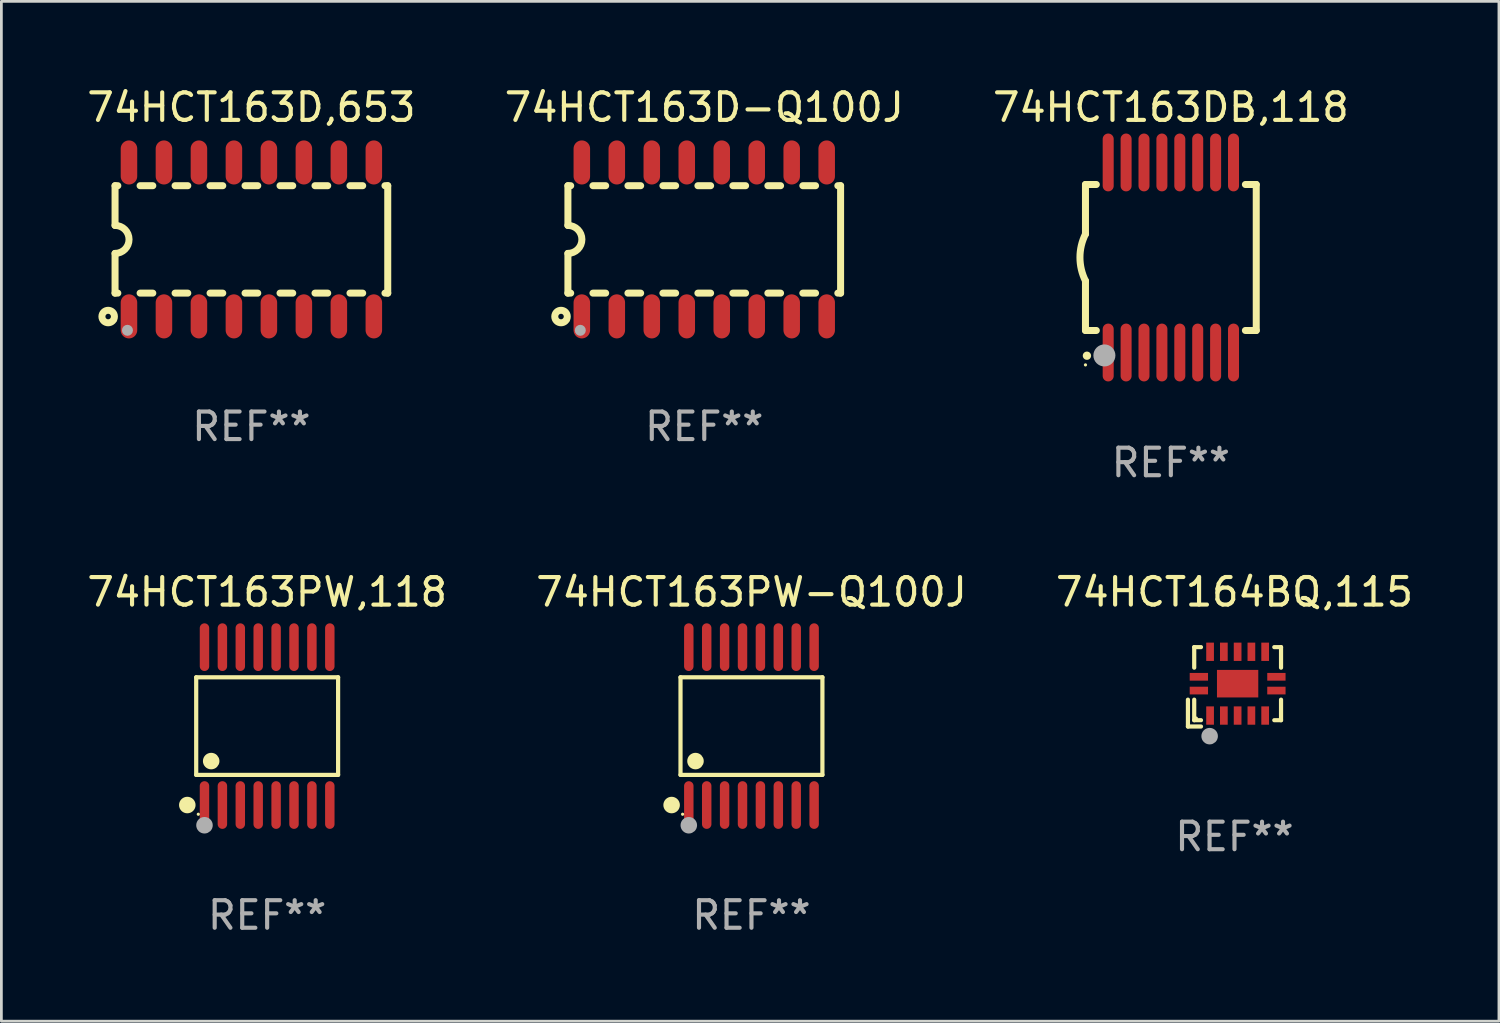
<source format=kicad_pcb>
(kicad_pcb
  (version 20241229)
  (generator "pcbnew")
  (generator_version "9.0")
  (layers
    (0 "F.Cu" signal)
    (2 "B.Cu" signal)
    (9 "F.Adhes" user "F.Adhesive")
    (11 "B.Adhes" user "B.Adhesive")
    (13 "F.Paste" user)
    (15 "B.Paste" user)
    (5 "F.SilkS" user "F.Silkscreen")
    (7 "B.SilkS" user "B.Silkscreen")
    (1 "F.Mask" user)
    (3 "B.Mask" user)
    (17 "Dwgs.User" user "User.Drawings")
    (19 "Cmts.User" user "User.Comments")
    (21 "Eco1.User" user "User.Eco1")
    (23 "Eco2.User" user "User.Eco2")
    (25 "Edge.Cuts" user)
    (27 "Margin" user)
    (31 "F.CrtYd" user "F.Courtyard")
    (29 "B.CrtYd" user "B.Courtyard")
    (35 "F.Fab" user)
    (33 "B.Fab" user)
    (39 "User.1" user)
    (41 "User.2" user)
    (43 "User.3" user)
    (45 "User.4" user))
  (footprint "74HCT163D-Q100J"
    (layer "F.Cu")
    (at 22.518 5.642)
    (property "Reference" "74HCT163D-Q100J" (at 0 -4.794 0) (layer "F.SilkS") (effects (font (size 1 1) (thickness 0.15))))
    (attr through_hole)
    (fp_line (start -4.95 -1.95) (end -4.95 -0.508) (stroke (width 0.254) (type solid)) (layer "F.SilkS"))
    (fp_line (start -4.95 -1.95) (end -4.849 -1.95) (stroke (width 0.254) (type solid)) (layer "F.SilkS"))
    (fp_line (start -4.95 1.95) (end -4.95 0.508) (stroke (width 0.254) (type solid)) (layer "F.SilkS"))
    (fp_line (start -4.95 1.95) (end -4.849 1.95) (stroke (width 0.254) (type solid)) (layer "F.SilkS"))
    (fp_line (start -4.041 -1.95) (end -3.579 -1.95) (stroke (width 0.254) (type solid)) (layer "F.SilkS"))
    (fp_line (start -4.041 1.95) (end -3.579 1.95) (stroke (width 0.254) (type solid)) (layer "F.SilkS"))
    (fp_line (start -2.771 -1.95) (end -2.309 -1.95) (stroke (width 0.254) (type solid)) (layer "F.SilkS"))
    (fp_line (start -2.771 1.95) (end -2.309 1.95) (stroke (width 0.254) (type solid)) (layer "F.SilkS"))
    (fp_line (start -1.501 -1.95) (end -1.039 -1.95) (stroke (width 0.254) (type solid)) (layer "F.SilkS"))
    (fp_line (start -1.501 1.95) (end -1.039 1.95) (stroke (width 0.254) (type solid)) (layer "F.SilkS"))
    (fp_line (start -0.231 -1.95) (end 0.231 -1.95) (stroke (width 0.254) (type solid)) (layer "F.SilkS"))
    (fp_line (start -0.231 1.95) (end 0.231 1.95) (stroke (width 0.254) (type solid)) (layer "F.SilkS"))
    (fp_line (start 1.039 -1.95) (end 1.501 -1.95) (stroke (width 0.254) (type solid)) (layer "F.SilkS"))
    (fp_line (start 1.039 1.95) (end 1.501 1.95) (stroke (width 0.254) (type solid)) (layer "F.SilkS"))
    (fp_line (start 2.309 -1.95) (end 2.771 -1.95) (stroke (width 0.254) (type solid)) (layer "F.SilkS"))
    (fp_line (start 2.309 1.95) (end 2.771 1.95) (stroke (width 0.254) (type solid)) (layer "F.SilkS"))
    (fp_line (start 3.579 -1.95) (end 4.041 -1.95) (stroke (width 0.254) (type solid)) (layer "F.SilkS"))
    (fp_line (start 3.579 1.95) (end 4.041 1.95) (stroke (width 0.254) (type solid)) (layer "F.SilkS"))
    (fp_line (start 4.849 -1.95) (end 4.95 -1.95) (stroke (width 0.254) (type solid)) (layer "F.SilkS"))
    (fp_line (start 4.849 1.95) (end 4.95 1.95) (stroke (width 0.254) (type solid)) (layer "F.SilkS"))
    (fp_line (start 4.95 -1.95) (end 4.95 1.95) (stroke (width 0.254) (type solid)) (layer "F.SilkS"))
    (fp_arc (start -4.95047 -0.508001) (mid -4.442469 -0.000228) (end -4.950013 0.508001) (stroke (width 0.254001) (type solid)) (layer "F.SilkS"))
    (fp_circle (center -5.2 2.8) (end -5.1 2.8) (stroke (width 0.254) (type solid)) (fill no) (layer "F.SilkS"))
    (fp_circle (center -4.95 2.947) (end -4.92 2.947) (stroke (width 0.06) (type solid)) (fill no) (layer "F.SilkS"))
    (fp_circle (center -4.5 3.3) (end -4.4 3.3) (stroke (width 0.2) (type solid)) (fill no) (layer "F.Fab"))
    (fp_text user "REF**" (at 0 6.794 0) (layer "F.Fab") (effects (font (size 1 1) (thickness 0.15))))
    (pad "1" smd oval (at -4.445 2.794) (size 0.6 1.6) (layers "F.Cu" "F.Mask" "F.Paste"))
    (pad "2" smd oval (at -3.175 2.794) (size 0.6 1.6) (layers "F.Cu" "F.Mask" "F.Paste"))
    (pad "3" smd oval (at -1.905 2.794) (size 0.6 1.6) (layers "F.Cu" "F.Mask" "F.Paste"))
    (pad "4" smd oval (at -0.635 2.794) (size 0.6 1.6) (layers "F.Cu" "F.Mask" "F.Paste"))
    (pad "5" smd oval (at 0.635 2.794) (size 0.6 1.6) (layers "F.Cu" "F.Mask" "F.Paste"))
    (pad "6" smd oval (at 1.905 2.794) (size 0.6 1.6) (layers "F.Cu" "F.Mask" "F.Paste"))
    (pad "7" smd oval (at 3.175 2.794) (size 0.6 1.6) (layers "F.Cu" "F.Mask" "F.Paste"))
    (pad "8" smd oval (at 4.445 2.794) (size 0.6 1.6) (layers "F.Cu" "F.Mask" "F.Paste"))
    (pad "9" smd oval (at 4.445 -2.794) (size 0.6 1.6) (layers "F.Cu" "F.Mask" "F.Paste"))
    (pad "10" smd oval (at 3.175 -2.794) (size 0.6 1.6) (layers "F.Cu" "F.Mask" "F.Paste"))
    (pad "11" smd oval (at 1.905 -2.794) (size 0.6 1.6) (layers "F.Cu" "F.Mask" "F.Paste"))
    (pad "12" smd oval (at 0.635 -2.794) (size 0.6 1.6) (layers "F.Cu" "F.Mask" "F.Paste"))
    (pad "13" smd oval (at -0.635 -2.794) (size 0.6 1.6) (layers "F.Cu" "F.Mask" "F.Paste"))
    (pad "14" smd oval (at -1.905 -2.794) (size 0.6 1.6) (layers "F.Cu" "F.Mask" "F.Paste"))
    (pad "15" smd oval (at -3.175 -2.794) (size 0.6 1.6) (layers "F.Cu" "F.Mask" "F.Paste"))
    (pad "16" smd oval (at -4.445 -2.794) (size 0.6 1.6) (layers "F.Cu" "F.Mask" "F.Paste")))
  (footprint "74HCT163D,653"
    (layer "F.Cu")
    (at 6.077 5.642)
    (property "Reference" "74HCT163D,653" (at 0 -4.794 0) (layer "F.SilkS") (effects (font (size 1 1) (thickness 0.15))))
    (attr through_hole)
    (fp_line (start -4.95 -1.95) (end -4.95 -0.508) (stroke (width 0.254) (type solid)) (layer "F.SilkS"))
    (fp_line (start -4.95 -1.95) (end -4.849 -1.95) (stroke (width 0.254) (type solid)) (layer "F.SilkS"))
    (fp_line (start -4.95 1.95) (end -4.95 0.508) (stroke (width 0.254) (type solid)) (layer "F.SilkS"))
    (fp_line (start -4.95 1.95) (end -4.849 1.95) (stroke (width 0.254) (type solid)) (layer "F.SilkS"))
    (fp_line (start -4.041 -1.95) (end -3.579 -1.95) (stroke (width 0.254) (type solid)) (layer "F.SilkS"))
    (fp_line (start -4.041 1.95) (end -3.579 1.95) (stroke (width 0.254) (type solid)) (layer "F.SilkS"))
    (fp_line (start -2.771 -1.95) (end -2.309 -1.95) (stroke (width 0.254) (type solid)) (layer "F.SilkS"))
    (fp_line (start -2.771 1.95) (end -2.309 1.95) (stroke (width 0.254) (type solid)) (layer "F.SilkS"))
    (fp_line (start -1.501 -1.95) (end -1.039 -1.95) (stroke (width 0.254) (type solid)) (layer "F.SilkS"))
    (fp_line (start -1.501 1.95) (end -1.039 1.95) (stroke (width 0.254) (type solid)) (layer "F.SilkS"))
    (fp_line (start -0.231 -1.95) (end 0.231 -1.95) (stroke (width 0.254) (type solid)) (layer "F.SilkS"))
    (fp_line (start -0.231 1.95) (end 0.231 1.95) (stroke (width 0.254) (type solid)) (layer "F.SilkS"))
    (fp_line (start 1.039 -1.95) (end 1.501 -1.95) (stroke (width 0.254) (type solid)) (layer "F.SilkS"))
    (fp_line (start 1.039 1.95) (end 1.501 1.95) (stroke (width 0.254) (type solid)) (layer "F.SilkS"))
    (fp_line (start 2.309 -1.95) (end 2.771 -1.95) (stroke (width 0.254) (type solid)) (layer "F.SilkS"))
    (fp_line (start 2.309 1.95) (end 2.771 1.95) (stroke (width 0.254) (type solid)) (layer "F.SilkS"))
    (fp_line (start 3.579 -1.95) (end 4.041 -1.95) (stroke (width 0.254) (type solid)) (layer "F.SilkS"))
    (fp_line (start 3.579 1.95) (end 4.041 1.95) (stroke (width 0.254) (type solid)) (layer "F.SilkS"))
    (fp_line (start 4.849 -1.95) (end 4.95 -1.95) (stroke (width 0.254) (type solid)) (layer "F.SilkS"))
    (fp_line (start 4.849 1.95) (end 4.95 1.95) (stroke (width 0.254) (type solid)) (layer "F.SilkS"))
    (fp_line (start 4.95 -1.95) (end 4.95 1.95) (stroke (width 0.254) (type solid)) (layer "F.SilkS"))
    (fp_arc (start -4.95047 -0.508001) (mid -4.442469 -0.000228) (end -4.950013 0.508001) (stroke (width 0.254001) (type solid)) (layer "F.SilkS"))
    (fp_circle (center -5.2 2.8) (end -5.1 2.8) (stroke (width 0.254) (type solid)) (fill no) (layer "F.SilkS"))
    (fp_circle (center -4.95 2.947) (end -4.92 2.947) (stroke (width 0.06) (type solid)) (fill no) (layer "F.SilkS"))
    (fp_circle (center -4.5 3.3) (end -4.4 3.3) (stroke (width 0.2) (type solid)) (fill no) (layer "F.Fab"))
    (fp_text user "REF**" (at 0 6.794 0) (layer "F.Fab") (effects (font (size 1 1) (thickness 0.15))))
    (pad "1" smd oval (at -4.445 2.794) (size 0.6 1.6) (layers "F.Cu" "F.Mask" "F.Paste"))
    (pad "2" smd oval (at -3.175 2.794) (size 0.6 1.6) (layers "F.Cu" "F.Mask" "F.Paste"))
    (pad "3" smd oval (at -1.905 2.794) (size 0.6 1.6) (layers "F.Cu" "F.Mask" "F.Paste"))
    (pad "4" smd oval (at -0.635 2.794) (size 0.6 1.6) (layers "F.Cu" "F.Mask" "F.Paste"))
    (pad "5" smd oval (at 0.635 2.794) (size 0.6 1.6) (layers "F.Cu" "F.Mask" "F.Paste"))
    (pad "6" smd oval (at 1.905 2.794) (size 0.6 1.6) (layers "F.Cu" "F.Mask" "F.Paste"))
    (pad "7" smd oval (at 3.175 2.794) (size 0.6 1.6) (layers "F.Cu" "F.Mask" "F.Paste"))
    (pad "8" smd oval (at 4.445 2.794) (size 0.6 1.6) (layers "F.Cu" "F.Mask" "F.Paste"))
    (pad "9" smd oval (at 4.445 -2.794) (size 0.6 1.6) (layers "F.Cu" "F.Mask" "F.Paste"))
    (pad "10" smd oval (at 3.175 -2.794) (size 0.6 1.6) (layers "F.Cu" "F.Mask" "F.Paste"))
    (pad "11" smd oval (at 1.905 -2.794) (size 0.6 1.6) (layers "F.Cu" "F.Mask" "F.Paste"))
    (pad "12" smd oval (at 0.635 -2.794) (size 0.6 1.6) (layers "F.Cu" "F.Mask" "F.Paste"))
    (pad "13" smd oval (at -0.635 -2.794) (size 0.6 1.6) (layers "F.Cu" "F.Mask" "F.Paste"))
    (pad "14" smd oval (at -1.905 -2.794) (size 0.6 1.6) (layers "F.Cu" "F.Mask" "F.Paste"))
    (pad "15" smd oval (at -3.175 -2.794) (size 0.6 1.6) (layers "F.Cu" "F.Mask" "F.Paste"))
    (pad "16" smd oval (at -4.445 -2.794) (size 0.6 1.6) (layers "F.Cu" "F.Mask" "F.Paste")))
  (footprint "74HCT163DB,118"
    (layer "F.Cu")
    (at 39.458 6.298)
    (property "Reference" "74HCT163DB,118" (at 0 -5.45 0) (layer "F.SilkS") (effects (font (size 1 1) (thickness 0.15))))
    (attr through_hole)
    (fp_line (start -3.1 -2.65) (end -3.1 -0.85) (stroke (width 0.254) (type solid)) (layer "F.SilkS"))
    (fp_line (start -3.1 -2.65) (end -2.706 -2.65) (stroke (width 0.254) (type solid)) (layer "F.SilkS"))
    (fp_line (start -3.1 2.65) (end -3.1 0.85) (stroke (width 0.254) (type solid)) (layer "F.SilkS"))
    (fp_line (start -3.1 2.65) (end -2.706 2.65) (stroke (width 0.254) (type solid)) (layer "F.SilkS"))
    (fp_line (start 2.706 -2.65) (end 3.1 -2.65) (stroke (width 0.254) (type solid)) (layer "F.SilkS"))
    (fp_line (start 2.706 2.65) (end 3.1 2.65) (stroke (width 0.254) (type solid)) (layer "F.SilkS"))
    (fp_line (start 3.1 -2.65) (end 3.1 2.65) (stroke (width 0.254) (type solid)) (layer "F.SilkS"))
    (fp_arc (start -3.098907 0.850902) (mid -3.300057 0.000523) (end -3.1 -0.850114) (stroke (width 0.254001) (type solid)) (layer "F.SilkS"))
    (fp_arc (start -3.048006 3.566066) (mid -3.046736 3.566061) (end -3.045466 3.566066) (stroke (width 0.3) (type solid)) (layer "F.SilkS"))
    (fp_circle (center -3.1 3.9) (end -3.07 3.9) (stroke (width 0.06) (type solid)) (fill no) (layer "F.SilkS"))
    (fp_circle (center -2.413 3.556) (end -2.213 3.556) (stroke (width 0.4) (type solid)) (fill no) (layer "F.Fab"))
    (fp_text user "REF**" (at 0 7.45 0) (layer "F.Fab") (effects (font (size 1 1) (thickness 0.15))))
    (pad "1" smd oval (at -2.275 3.45 180) (size 0.4 2.1) (layers "F.Cu" "F.Mask" "F.Paste"))
    (pad "2" smd oval (at -1.625 3.45 180) (size 0.4 2.1) (layers "F.Cu" "F.Mask" "F.Paste"))
    (pad "3" smd oval (at -0.975 3.45 180) (size 0.4 2.1) (layers "F.Cu" "F.Mask" "F.Paste"))
    (pad "4" smd oval (at -0.325 3.45 180) (size 0.4 2.1) (layers "F.Cu" "F.Mask" "F.Paste"))
    (pad "5" smd oval (at 0.325 3.45 180) (size 0.4 2.1) (layers "F.Cu" "F.Mask" "F.Paste"))
    (pad "6" smd oval (at 0.975 3.45 180) (size 0.4 2.1) (layers "F.Cu" "F.Mask" "F.Paste"))
    (pad "7" smd oval (at 1.625 3.45 180) (size 0.4 2.1) (layers "F.Cu" "F.Mask" "F.Paste"))
    (pad "8" smd oval (at 2.275 3.45 180) (size 0.4 2.1) (layers "F.Cu" "F.Mask" "F.Paste"))
    (pad "9" smd oval (at 2.275 -3.45 180) (size 0.4 2.1) (layers "F.Cu" "F.Mask" "F.Paste"))
    (pad "10" smd oval (at 1.625 -3.45 180) (size 0.4 2.1) (layers "F.Cu" "F.Mask" "F.Paste"))
    (pad "11" smd oval (at 0.975 -3.45 180) (size 0.4 2.1) (layers "F.Cu" "F.Mask" "F.Paste"))
    (pad "12" smd oval (at 0.325 -3.45 180) (size 0.4 2.1) (layers "F.Cu" "F.Mask" "F.Paste"))
    (pad "13" smd oval (at -0.325 -3.45 180) (size 0.4 2.1) (layers "F.Cu" "F.Mask" "F.Paste"))
    (pad "14" smd oval (at -0.975 -3.45 180) (size 0.4 2.1) (layers "F.Cu" "F.Mask" "F.Paste"))
    (pad "15" smd oval (at -1.625 -3.45 180) (size 0.4 2.1) (layers "F.Cu" "F.Mask" "F.Paste"))
    (pad "16" smd oval (at -2.275 -3.45 180) (size 0.4 2.1) (layers "F.Cu" "F.Mask" "F.Paste")))
  (footprint "74HCT163PW,118"
    (layer "F.Cu")
    (at 6.649 23.311)
    (property "Reference" "74HCT163PW,118" (at 0 -4.866 0) (layer "F.SilkS") (effects (font (size 1 1) (thickness 0.15))))
    (attr through_hole)
    (fp_line (start -2.576 -1.772) (end 2.576 -1.772) (stroke (width 0.152) (type solid)) (layer "F.SilkS"))
    (fp_line (start -2.576 1.771) (end -2.576 -1.772) (stroke (width 0.152) (type solid)) (layer "F.SilkS"))
    (fp_line (start 2.576 -1.772) (end 2.576 1.771) (stroke (width 0.152) (type solid)) (layer "F.SilkS"))
    (fp_line (start 2.576 1.771) (end -2.576 1.771) (stroke (width 0.152) (type solid)) (layer "F.SilkS"))
    (fp_circle (center -2.899 2.866) (end -2.749 2.866) (stroke (width 0.3) (type solid)) (fill no) (layer "F.SilkS"))
    (fp_circle (center -2.5 3.2) (end -2.47 3.2) (stroke (width 0.06) (type solid)) (fill no) (layer "F.SilkS"))
    (fp_circle (center -2.032 1.27) (end -1.882 1.27) (stroke (width 0.3) (type solid)) (fill no) (layer "F.SilkS"))
    (fp_circle (center -2.275 3.6) (end -2.125 3.6) (stroke (width 0.3) (type solid)) (fill no) (layer "F.Fab"))
    (fp_text user "REF**" (at 0 6.866 0) (layer "F.Fab") (effects (font (size 1 1) (thickness 0.15))))
    (pad "1" smd oval (at -2.275 2.866) (size 0.343 1.731) (layers "F.Cu" "F.Mask" "F.Paste"))
    (pad "2" smd oval (at -1.625 2.866) (size 0.343 1.731) (layers "F.Cu" "F.Mask" "F.Paste"))
    (pad "3" smd oval (at -0.975 2.866) (size 0.343 1.731) (layers "F.Cu" "F.Mask" "F.Paste"))
    (pad "4" smd oval (at -0.325 2.866) (size 0.343 1.731) (layers "F.Cu" "F.Mask" "F.Paste"))
    (pad "5" smd oval (at 0.325 2.866) (size 0.343 1.731) (layers "F.Cu" "F.Mask" "F.Paste"))
    (pad "6" smd oval (at 0.975 2.866) (size 0.343 1.731) (layers "F.Cu" "F.Mask" "F.Paste"))
    (pad "7" smd oval (at 1.625 2.866) (size 0.343 1.731) (layers "F.Cu" "F.Mask" "F.Paste"))
    (pad "8" smd oval (at 2.275 2.866) (size 0.343 1.731) (layers "F.Cu" "F.Mask" "F.Paste"))
    (pad "9" smd oval (at 2.275 -2.866) (size 0.343 1.731) (layers "F.Cu" "F.Mask" "F.Paste"))
    (pad "10" smd oval (at 1.625 -2.866) (size 0.343 1.731) (layers "F.Cu" "F.Mask" "F.Paste"))
    (pad "11" smd oval (at 0.975 -2.866) (size 0.343 1.731) (layers "F.Cu" "F.Mask" "F.Paste"))
    (pad "12" smd oval (at 0.325 -2.866) (size 0.343 1.731) (layers "F.Cu" "F.Mask" "F.Paste"))
    (pad "13" smd oval (at -0.325 -2.866) (size 0.343 1.731) (layers "F.Cu" "F.Mask" "F.Paste"))
    (pad "14" smd oval (at -0.975 -2.866) (size 0.343 1.731) (layers "F.Cu" "F.Mask" "F.Paste"))
    (pad "15" smd oval (at -1.625 -2.866) (size 0.343 1.731) (layers "F.Cu" "F.Mask" "F.Paste"))
    (pad "16" smd oval (at -2.275 -2.866) (size 0.343 1.731) (layers "F.Cu" "F.Mask" "F.Paste")))
  (footprint "74HCT163PW-Q100J"
    (layer "F.Cu")
    (at 24.232 23.311)
    (property "Reference" "74HCT163PW-Q100J" (at 0 -4.866 0) (layer "F.SilkS") (effects (font (size 1 1) (thickness 0.15))))
    (attr through_hole)
    (fp_line (start -2.576 -1.772) (end 2.576 -1.772) (stroke (width 0.152) (type solid)) (layer "F.SilkS"))
    (fp_line (start -2.576 1.771) (end -2.576 -1.772) (stroke (width 0.152) (type solid)) (layer "F.SilkS"))
    (fp_line (start 2.576 -1.772) (end 2.576 1.771) (stroke (width 0.152) (type solid)) (layer "F.SilkS"))
    (fp_line (start 2.576 1.771) (end -2.576 1.771) (stroke (width 0.152) (type solid)) (layer "F.SilkS"))
    (fp_circle (center -2.899 2.866) (end -2.749 2.866) (stroke (width 0.3) (type solid)) (fill no) (layer "F.SilkS"))
    (fp_circle (center -2.5 3.2) (end -2.47 3.2) (stroke (width 0.06) (type solid)) (fill no) (layer "F.SilkS"))
    (fp_circle (center -2.032 1.27) (end -1.882 1.27) (stroke (width 0.3) (type solid)) (fill no) (layer "F.SilkS"))
    (fp_circle (center -2.275 3.6) (end -2.125 3.6) (stroke (width 0.3) (type solid)) (fill no) (layer "F.Fab"))
    (fp_text user "REF**" (at 0 6.866 0) (layer "F.Fab") (effects (font (size 1 1) (thickness 0.15))))
    (pad "1" smd oval (at -2.275 2.866) (size 0.343 1.731) (layers "F.Cu" "F.Mask" "F.Paste"))
    (pad "2" smd oval (at -1.625 2.866) (size 0.343 1.731) (layers "F.Cu" "F.Mask" "F.Paste"))
    (pad "3" smd oval (at -0.975 2.866) (size 0.343 1.731) (layers "F.Cu" "F.Mask" "F.Paste"))
    (pad "4" smd oval (at -0.325 2.866) (size 0.343 1.731) (layers "F.Cu" "F.Mask" "F.Paste"))
    (pad "5" smd oval (at 0.325 2.866) (size 0.343 1.731) (layers "F.Cu" "F.Mask" "F.Paste"))
    (pad "6" smd oval (at 0.975 2.866) (size 0.343 1.731) (layers "F.Cu" "F.Mask" "F.Paste"))
    (pad "7" smd oval (at 1.625 2.866) (size 0.343 1.731) (layers "F.Cu" "F.Mask" "F.Paste"))
    (pad "8" smd oval (at 2.275 2.866) (size 0.343 1.731) (layers "F.Cu" "F.Mask" "F.Paste"))
    (pad "9" smd oval (at 2.275 -2.866) (size 0.343 1.731) (layers "F.Cu" "F.Mask" "F.Paste"))
    (pad "10" smd oval (at 1.625 -2.866) (size 0.343 1.731) (layers "F.Cu" "F.Mask" "F.Paste"))
    (pad "11" smd oval (at 0.975 -2.866) (size 0.343 1.731) (layers "F.Cu" "F.Mask" "F.Paste"))
    (pad "12" smd oval (at 0.325 -2.866) (size 0.343 1.731) (layers "F.Cu" "F.Mask" "F.Paste"))
    (pad "13" smd oval (at -0.325 -2.866) (size 0.343 1.731) (layers "F.Cu" "F.Mask" "F.Paste"))
    (pad "14" smd oval (at -0.975 -2.866) (size 0.343 1.731) (layers "F.Cu" "F.Mask" "F.Paste"))
    (pad "15" smd oval (at -1.625 -2.866) (size 0.343 1.731) (layers "F.Cu" "F.Mask" "F.Paste"))
    (pad "16" smd oval (at -2.275 -2.866) (size 0.343 1.731) (layers "F.Cu" "F.Mask" "F.Paste")))
  (footprint "74HCT164BQ,115"
    (layer "F.Cu")
    (at 41.768 21.885)
    (property "Reference" "74HCT164BQ,115" (at 0 -3.441 0) (layer "F.SilkS") (effects (font (size 1 1) (thickness 0.15))))
    (attr through_hole)
    (fp_line (start -1.69 1.441) (end -1.69 0.466) (stroke (width 0.152) (type solid)) (layer "F.SilkS"))
    (fp_line (start -1.462 -1.441) (end -1.216 -1.441) (stroke (width 0.152) (type solid)) (layer "F.SilkS"))
    (fp_line (start -1.462 -0.695) (end -1.462 -1.441) (stroke (width 0.152) (type solid)) (layer "F.SilkS"))
    (fp_line (start -1.462 0.466) (end -1.462 1.212) (stroke (width 0.152) (type solid)) (layer "F.SilkS"))
    (fp_line (start -1.462 1.212) (end -1.216 1.212) (stroke (width 0.152) (type solid)) (layer "F.SilkS"))
    (fp_line (start -1.216 1.441) (end -1.69 1.441) (stroke (width 0.152) (type solid)) (layer "F.SilkS"))
    (fp_line (start 1.69 -1.441) (end 1.445 -1.441) (stroke (width 0.152) (type solid)) (layer "F.SilkS"))
    (fp_line (start 1.69 -0.695) (end 1.69 -1.441) (stroke (width 0.152) (type solid)) (layer "F.SilkS"))
    (fp_line (start 1.69 0.466) (end 1.69 1.212) (stroke (width 0.152) (type solid)) (layer "F.SilkS"))
    (fp_line (start 1.69 1.212) (end 1.445 1.212) (stroke (width 0.152) (type solid)) (layer "F.SilkS"))
    (fp_circle (center -1.386 1.136) (end -1.356 1.136) (stroke (width 0.06) (type solid)) (fill no) (layer "F.SilkS"))
    (fp_circle (center -0.902 1.791) (end -0.752 1.791) (stroke (width 0.3) (type solid)) (fill no) (layer "F.Fab"))
    (fp_text user "REF**" (at 0 5.441 0) (layer "F.Fab") (effects (font (size 1 1) (thickness 0.15))))
    (pad "1" smd rect (at -0.886 1.043) (size 0.28 0.665) (layers "F.Cu" "F.Mask" "F.Paste"))
    (pad "2" smd rect (at -0.386 1.043) (size 0.28 0.665) (layers "F.Cu" "F.Mask" "F.Paste"))
    (pad "3" smd rect (at 0.114 1.043) (size 0.28 0.665) (layers "F.Cu" "F.Mask" "F.Paste"))
    (pad "4" smd rect (at 0.614 1.043) (size 0.28 0.665) (layers "F.Cu" "F.Mask" "F.Paste"))
    (pad "5" smd rect (at 1.114 1.043) (size 0.28 0.665) (layers "F.Cu" "F.Mask" "F.Paste"))
    (pad "6" smd rect (at 1.522 0.136) (size 0.665 0.28) (layers "F.Cu" "F.Mask" "F.Paste"))
    (pad "7" smd rect (at 1.522 -0.364) (size 0.665 0.28) (layers "F.Cu" "F.Mask" "F.Paste"))
    (pad "8" smd rect (at 1.114 -1.272) (size 0.28 0.665) (layers "F.Cu" "F.Mask" "F.Paste"))
    (pad "9" smd rect (at 0.614 -1.272) (size 0.28 0.665) (layers "F.Cu" "F.Mask" "F.Paste"))
    (pad "10" smd rect (at 0.114 -1.272) (size 0.28 0.665) (layers "F.Cu" "F.Mask" "F.Paste"))
    (pad "11" smd rect (at -0.386 -1.272) (size 0.28 0.665) (layers "F.Cu" "F.Mask" "F.Paste"))
    (pad "12" smd rect (at -0.886 -1.272) (size 0.28 0.665) (layers "F.Cu" "F.Mask" "F.Paste"))
    (pad "13" smd rect (at -1.293 -0.364) (size 0.665 0.28) (layers "F.Cu" "F.Mask" "F.Paste"))
    (pad "14" smd rect (at -1.293 0.136) (size 0.665 0.28) (layers "F.Cu" "F.Mask" "F.Paste"))
    (pad "15" smd rect (at 0.114 -0.114) (size 1.5 1) (layers "F.Cu" "F.Mask" "F.Paste")))
  (gr_rect
    (start -3 -3)
    (end 51.369 34.025)
    (stroke (width 0.1) (type default))
    (fill no)
    (layer "Edge.Cuts")))
</source>
